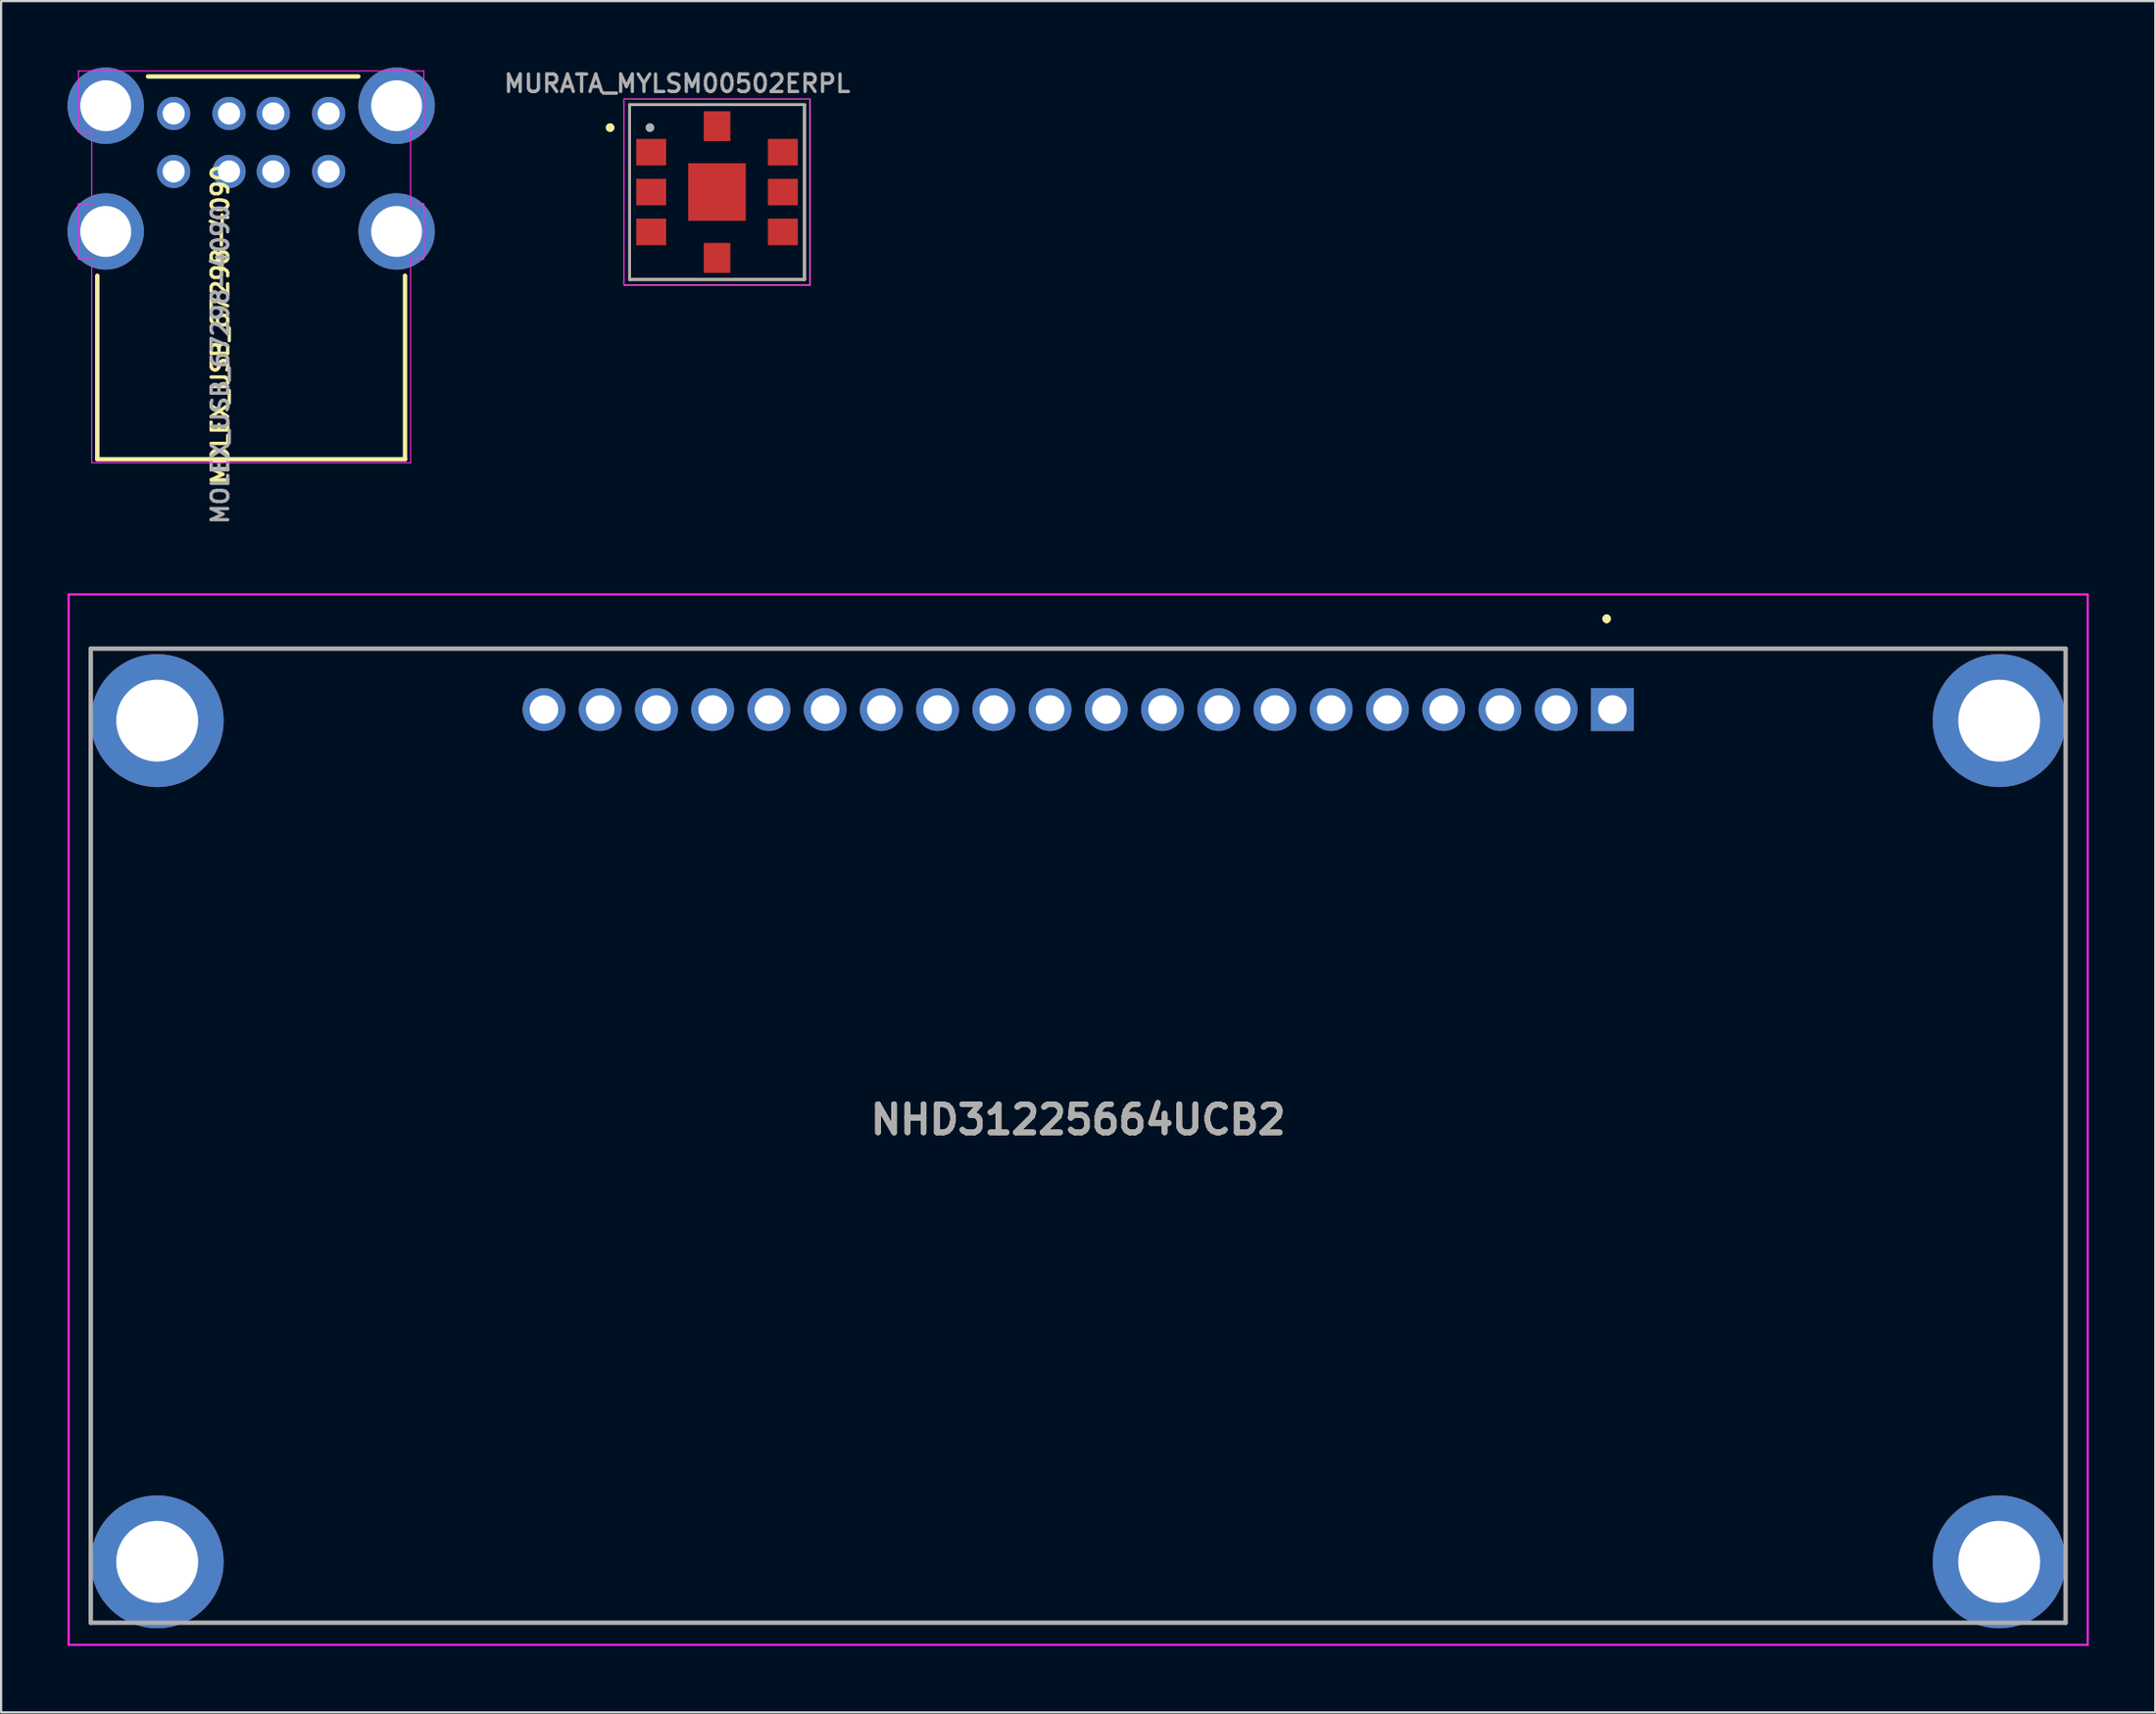
<source format=kicad_pcb>
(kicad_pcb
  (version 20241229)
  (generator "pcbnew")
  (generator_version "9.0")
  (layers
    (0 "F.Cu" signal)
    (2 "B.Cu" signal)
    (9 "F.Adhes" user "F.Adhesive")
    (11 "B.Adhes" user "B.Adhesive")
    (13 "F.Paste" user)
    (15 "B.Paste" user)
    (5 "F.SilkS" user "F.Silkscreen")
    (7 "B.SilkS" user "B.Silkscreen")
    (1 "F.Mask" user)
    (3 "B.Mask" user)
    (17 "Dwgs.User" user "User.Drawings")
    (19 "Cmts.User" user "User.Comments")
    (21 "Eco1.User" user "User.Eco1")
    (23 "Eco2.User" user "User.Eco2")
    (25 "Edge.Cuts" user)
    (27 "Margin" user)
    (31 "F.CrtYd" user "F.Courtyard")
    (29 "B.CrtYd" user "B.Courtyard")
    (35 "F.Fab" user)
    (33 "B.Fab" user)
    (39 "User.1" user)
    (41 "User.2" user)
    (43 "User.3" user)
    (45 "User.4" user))
  (footprint "NHD31225664UCB2"
    (layer "F.Cu")
    (at 46.412 47.416)
    (property "Reference" "NHD31225664UCB2" (at -0.762 0.11 0) (layer "F.SilkS") (effects (font (size 1.27 1.27) (thickness 0.254))))
    (attr through_hole)
    (fp_line (start -45.362 -21.165) (end 43.838 -21.165) (stroke (width 0.1) (type solid)) (layer "F.SilkS"))
    (fp_line (start -45.362 22.835) (end -45.362 -21.165) (stroke (width 0.1) (type solid)) (layer "F.SilkS"))
    (fp_line (start 23.108 -22.615) (end 23.108 -22.615) (stroke (width 0.2) (type solid)) (layer "F.SilkS"))
    (fp_line (start 23.108 -22.415) (end 23.108 -22.415) (stroke (width 0.2) (type solid)) (layer "F.SilkS"))
    (fp_line (start 43.838 -21.165) (end 43.838 22.835) (stroke (width 0.1) (type solid)) (layer "F.SilkS"))
    (fp_line (start 43.838 22.835) (end -45.362 22.835) (stroke (width 0.1) (type solid)) (layer "F.SilkS"))
    (fp_arc (start 23.108 -22.615) (mid 23.208 -22.515) (end 23.108 -22.415) (stroke (width 0.2) (type solid)) (layer "F.SilkS"))
    (fp_arc (start 23.108 -22.415) (mid 23.008 -22.515) (end 23.108 -22.615) (stroke (width 0.2) (type solid)) (layer "F.SilkS"))
    (fp_line (start -46.362 -23.615) (end 44.838 -23.615) (stroke (width 0.1) (type solid)) (layer "F.CrtYd"))
    (fp_line (start -46.362 23.835) (end -46.362 -23.615) (stroke (width 0.1) (type solid)) (layer "F.CrtYd"))
    (fp_line (start 44.838 -23.615) (end 44.838 23.835) (stroke (width 0.1) (type solid)) (layer "F.CrtYd"))
    (fp_line (start 44.838 23.835) (end -46.362 23.835) (stroke (width 0.1) (type solid)) (layer "F.CrtYd"))
    (fp_line (start -45.362 -21.165) (end 43.838 -21.165) (stroke (width 0.2) (type solid)) (layer "F.Fab"))
    (fp_line (start -45.362 22.835) (end -45.362 -21.165) (stroke (width 0.2) (type solid)) (layer "F.Fab"))
    (fp_line (start 43.838 -21.165) (end 43.838 22.835) (stroke (width 0.2) (type solid)) (layer "F.Fab"))
    (fp_line (start 43.838 22.835) (end -45.362 22.835) (stroke (width 0.2) (type solid)) (layer "F.Fab"))
    (fp_text user "${REFERENCE}" (at -0.762 0.11 0) (layer "F.Fab") (effects (font (size 1.27 1.27) (thickness 0.254))))
    (pad "1" thru_hole rect (at 23.368 -18.415) (size 1.935 1.935) (drill 1.29) (layers "*.Cu" "*.Mask"))
    (pad "2" thru_hole circle (at 20.828 -18.415) (size 1.935 1.935) (drill 1.29) (layers "*.Cu" "*.Mask"))
    (pad "3" thru_hole circle (at 18.288 -18.415) (size 1.935 1.935) (drill 1.29) (layers "*.Cu" "*.Mask"))
    (pad "4" thru_hole circle (at 15.748 -18.415) (size 1.935 1.935) (drill 1.29) (layers "*.Cu" "*.Mask"))
    (pad "5" thru_hole circle (at 13.208 -18.415) (size 1.935 1.935) (drill 1.29) (layers "*.Cu" "*.Mask"))
    (pad "6" thru_hole circle (at 10.668 -18.415) (size 1.935 1.935) (drill 1.29) (layers "*.Cu" "*.Mask"))
    (pad "7" thru_hole circle (at 8.128 -18.415) (size 1.935 1.935) (drill 1.29) (layers "*.Cu" "*.Mask"))
    (pad "8" thru_hole circle (at 5.588 -18.415) (size 1.935 1.935) (drill 1.29) (layers "*.Cu" "*.Mask"))
    (pad "9" thru_hole circle (at 3.048 -18.415) (size 1.935 1.935) (drill 1.29) (layers "*.Cu" "*.Mask"))
    (pad "10" thru_hole circle (at 0.508 -18.415) (size 1.935 1.935) (drill 1.29) (layers "*.Cu" "*.Mask"))
    (pad "11" thru_hole circle (at -2.032 -18.415) (size 1.935 1.935) (drill 1.29) (layers "*.Cu" "*.Mask"))
    (pad "12" thru_hole circle (at -4.572 -18.415) (size 1.935 1.935) (drill 1.29) (layers "*.Cu" "*.Mask"))
    (pad "13" thru_hole circle (at -7.112 -18.415) (size 1.935 1.935) (drill 1.29) (layers "*.Cu" "*.Mask"))
    (pad "14" thru_hole circle (at -9.652 -18.415) (size 1.935 1.935) (drill 1.29) (layers "*.Cu" "*.Mask"))
    (pad "15" thru_hole circle (at -12.192 -18.415) (size 1.935 1.935) (drill 1.29) (layers "*.Cu" "*.Mask"))
    (pad "16" thru_hole circle (at -14.732 -18.415) (size 1.935 1.935) (drill 1.29) (layers "*.Cu" "*.Mask"))
    (pad "17" thru_hole circle (at -17.272 -18.415) (size 1.935 1.935) (drill 1.29) (layers "*.Cu" "*.Mask"))
    (pad "18" thru_hole circle (at -19.812 -18.415) (size 1.935 1.935) (drill 1.29) (layers "*.Cu" "*.Mask"))
    (pad "19" thru_hole circle (at -22.352 -18.415) (size 1.935 1.935) (drill 1.29) (layers "*.Cu" "*.Mask"))
    (pad "20" thru_hole circle (at -24.892 -18.415) (size 1.935 1.935) (drill 1.29) (layers "*.Cu" "*.Mask"))
    (pad "MH1" thru_hole circle (at -42.362 20.085) (size 6 6) (drill 3.7) (layers "*.Cu" "*.Mask"))
    (pad "MH2" thru_hole circle (at -42.362 -17.915) (size 6 6) (drill 3.7) (layers "*.Cu" "*.Mask"))
    (pad "MH3" thru_hole circle (at 40.838 -17.915) (size 6 6) (drill 3.7) (layers "*.Cu" "*.Mask"))
    (pad "MH4" thru_hole circle (at 40.838 20.085) (size 6 6) (drill 3.7) (layers "*.Cu" "*.Mask")))
  (footprint "MOLEX_USB_67298-4090"
    (layer "F.Cu")
    (at 8.295 7.405)
    (property "Reference" "MOLEX_USB_67298-4090" (at -1.4 4.2 90) (unlocked yes) (layer "F.SilkS") (effects (font (size 0.75 0.75) (thickness 0.15))))
    (attr through_hole)
    (fp_line (start -6.95 10.29) (end -6.95 2) (stroke (width 0.2) (type solid)) (layer "F.SilkS"))
    (fp_line (start -6.95 10.29) (end 6.95 10.29) (stroke (width 0.2) (type solid)) (layer "F.SilkS"))
    (fp_line (start -4.66 -7) (end 4.84 -7) (stroke (width 0.2) (type solid)) (layer "F.SilkS"))
    (fp_line (start 6.95 2) (end 6.95 10.29) (stroke (width 0.2) (type solid)) (layer "F.SilkS"))
    (fp_line (start -7.8 -7.25) (end 7.8 -7.25) (stroke (width 0.05) (type solid)) (layer "F.CrtYd"))
    (fp_line (start -7.8 -4.5) (end -7.8 -7.25) (stroke (width 0.05) (type solid)) (layer "F.CrtYd"))
    (fp_line (start -7.8 -1.25) (end -7.2 -1.25) (stroke (width 0.05) (type solid)) (layer "F.CrtYd"))
    (fp_line (start -7.8 1.25) (end -7.8 -1.25) (stroke (width 0.05) (type solid)) (layer "F.CrtYd"))
    (fp_line (start -7.2 -4.5) (end -7.8 -4.5) (stroke (width 0.05) (type solid)) (layer "F.CrtYd"))
    (fp_line (start -7.2 -1.25) (end -7.2 -4.5) (stroke (width 0.05) (type solid)) (layer "F.CrtYd"))
    (fp_line (start -7.2 1.25) (end -7.8 1.25) (stroke (width 0.05) (type solid)) (layer "F.CrtYd"))
    (fp_line (start -7.2 10.45) (end -7.2 1.25) (stroke (width 0.05) (type solid)) (layer "F.CrtYd"))
    (fp_line (start 7.2 -4.5) (end 7.2 -1.25) (stroke (width 0.05) (type solid)) (layer "F.CrtYd"))
    (fp_line (start 7.2 -1.25) (end 7.8 -1.25) (stroke (width 0.05) (type solid)) (layer "F.CrtYd"))
    (fp_line (start 7.2 1.25) (end 7.2 10.45) (stroke (width 0.05) (type solid)) (layer "F.CrtYd"))
    (fp_line (start 7.2 10.45) (end -7.2 10.45) (stroke (width 0.05) (type solid)) (layer "F.CrtYd"))
    (fp_line (start 7.8 -7.25) (end 7.8 -4.5) (stroke (width 0.05) (type solid)) (layer "F.CrtYd"))
    (fp_line (start 7.8 -4.5) (end 7.2 -4.5) (stroke (width 0.05) (type solid)) (layer "F.CrtYd"))
    (fp_line (start 7.8 -1.25) (end 7.8 1.25) (stroke (width 0.05) (type solid)) (layer "F.CrtYd"))
    (fp_line (start 7.8 1.25) (end 7.2 1.25) (stroke (width 0.05) (type solid)) (layer "F.CrtYd"))
    (fp_text user "${REFERENCE}" (at -1.4 6 90) (unlocked yes) (layer "F.Fab") (effects (font (size 0.75 0.75) (thickness 0.15))))
    (pad "1" thru_hole circle (at -3.5 -5.33) (size 1.5 1.5) (drill 1) (layers "*.Cu" "*.Mask"))
    (pad "2" thru_hole circle (at -1 -5.33) (size 1.5 1.5) (drill 1) (layers "*.Cu" "*.Mask"))
    (pad "3" thru_hole circle (at 1 -5.33) (size 1.5 1.5) (drill 1) (layers "*.Cu" "*.Mask"))
    (pad "4" thru_hole circle (at 3.5 -5.33) (size 1.5 1.5) (drill 1) (layers "*.Cu" "*.Mask"))
    (pad "5" thru_hole circle (at -3.5 -2.71) (size 1.5 1.5) (drill 1) (layers "*.Cu" "*.Mask"))
    (pad "6" thru_hole circle (at -1 -2.71) (size 1.5 1.5) (drill 1) (layers "*.Cu" "*.Mask"))
    (pad "7" thru_hole circle (at 1 -2.71) (size 1.5 1.5) (drill 1) (layers "*.Cu" "*.Mask"))
    (pad "8" thru_hole circle (at 3.5 -2.71) (size 1.5 1.5) (drill 1) (layers "*.Cu" "*.Mask"))
    (pad "MT1" thru_hole circle (at -6.57 0) (size 3.45 3.45) (drill 2.3) (layers "*.Cu" "*.Mask"))
    (pad "MT2" thru_hole circle (at 6.57 0) (size 3.45 3.45) (drill 2.3) (layers "*.Cu" "*.Mask"))
    (pad "MT3" thru_hole circle (at -6.57 -5.68) (size 3.45 3.45) (drill 2.3) (layers "*.Cu" "*.Mask"))
    (pad "MT4" thru_hole circle (at 6.57 -5.68) (size 3.45 3.45) (drill 2.3) (layers "*.Cu" "*.Mask")))
  (footprint "MURATA_MYLSM00502ERPL"
    (layer "F.Cu")
    (at 29.337 5.625)
    (property "Reference" "MURATA_MYLSM00502ERPL" (at -1.8 -4.901 0) (layer "F.Fab") (effects (font (size 0.788 0.788) (thickness 0.15))))
    (attr smd)
    (fp_line (start -3.95 -3.95) (end 3.95 -3.95) (stroke (width 0.127) (type solid)) (layer "F.SilkS"))
    (fp_line (start -3.95 3.95) (end -3.95 -3.95) (stroke (width 0.127) (type solid)) (layer "F.SilkS"))
    (fp_line (start 3.95 -3.95) (end 3.95 3.95) (stroke (width 0.127) (type solid)) (layer "F.SilkS"))
    (fp_line (start 3.95 3.95) (end -3.95 3.95) (stroke (width 0.127) (type solid)) (layer "F.SilkS"))
    (fp_circle (center -4.83 -2.91) (end -4.73 -2.91) (stroke (width 0.2) (type solid)) (fill no) (layer "F.SilkS"))
    (fp_line (start -4.2 -4.2) (end 4.2 -4.2) (stroke (width 0.05) (type solid)) (layer "F.CrtYd"))
    (fp_line (start -4.2 4.2) (end -4.2 -4.2) (stroke (width 0.05) (type solid)) (layer "F.CrtYd"))
    (fp_line (start 4.2 -4.2) (end 4.2 4.2) (stroke (width 0.05) (type solid)) (layer "F.CrtYd"))
    (fp_line (start 4.2 4.2) (end -4.2 4.2) (stroke (width 0.05) (type solid)) (layer "F.CrtYd"))
    (fp_line (start -4.2 -4.2) (end 4.2 -4.2) (stroke (width 0.05) (type solid)) (layer "F.Fab"))
    (fp_line (start -4.2 4.2) (end -4.2 -4.2) (stroke (width 0.05) (type solid)) (layer "F.Fab"))
    (fp_line (start -3.95 -3.95) (end 3.95 -3.95) (stroke (width 0.127) (type solid)) (layer "F.Fab"))
    (fp_line (start -3.95 3.95) (end -3.95 -3.95) (stroke (width 0.127) (type solid)) (layer "F.Fab"))
    (fp_line (start 3.95 -3.95) (end 3.95 3.95) (stroke (width 0.127) (type solid)) (layer "F.Fab"))
    (fp_line (start 3.95 3.95) (end -3.95 3.95) (stroke (width 0.127) (type solid)) (layer "F.Fab"))
    (fp_line (start 4.2 -4.2) (end 4.2 4.2) (stroke (width 0.05) (type solid)) (layer "F.Fab"))
    (fp_line (start 4.2 4.2) (end -4.2 4.2) (stroke (width 0.05) (type solid)) (layer "F.Fab"))
    (fp_circle (center -3.03 -2.91) (end -2.93 -2.91) (stroke (width 0.2) (type solid)) (fill no) (layer "F.Fab"))
    (pad "1" smd rect (at -2.975 -1.8) (size 1.35 1.2) (layers "F.Cu" "F.Mask" "F.Paste"))
    (pad "2" smd rect (at -2.975 0) (size 1.35 1.2) (layers "F.Cu" "F.Mask" "F.Paste"))
    (pad "3" smd rect (at -2.975 1.8) (size 1.35 1.2) (layers "F.Cu" "F.Mask" "F.Paste"))
    (pad "4" smd rect (at 0 2.975) (size 1.2 1.35) (layers "F.Cu" "F.Mask" "F.Paste"))
    (pad "5" smd rect (at 2.975 1.8) (size 1.35 1.2) (layers "F.Cu" "F.Mask" "F.Paste"))
    (pad "6" smd rect (at 2.975 0) (size 1.35 1.2) (layers "F.Cu" "F.Mask" "F.Paste"))
    (pad "7" smd rect (at 2.975 -1.8) (size 1.35 1.2) (layers "F.Cu" "F.Mask" "F.Paste"))
    (pad "8" smd rect (at 0 -2.975) (size 1.2 1.35) (layers "F.Cu" "F.Mask" "F.Paste"))
    (pad "9" smd rect (at 0 0) (size 2.6 2.6) (layers "F.Cu" "F.Mask" "F.Paste")))
  (gr_rect
    (start -3 -3)
    (end 94.3 74.301)
    (stroke (width 0.1) (type default))
    (fill no)
    (layer "Edge.Cuts")))
</source>
